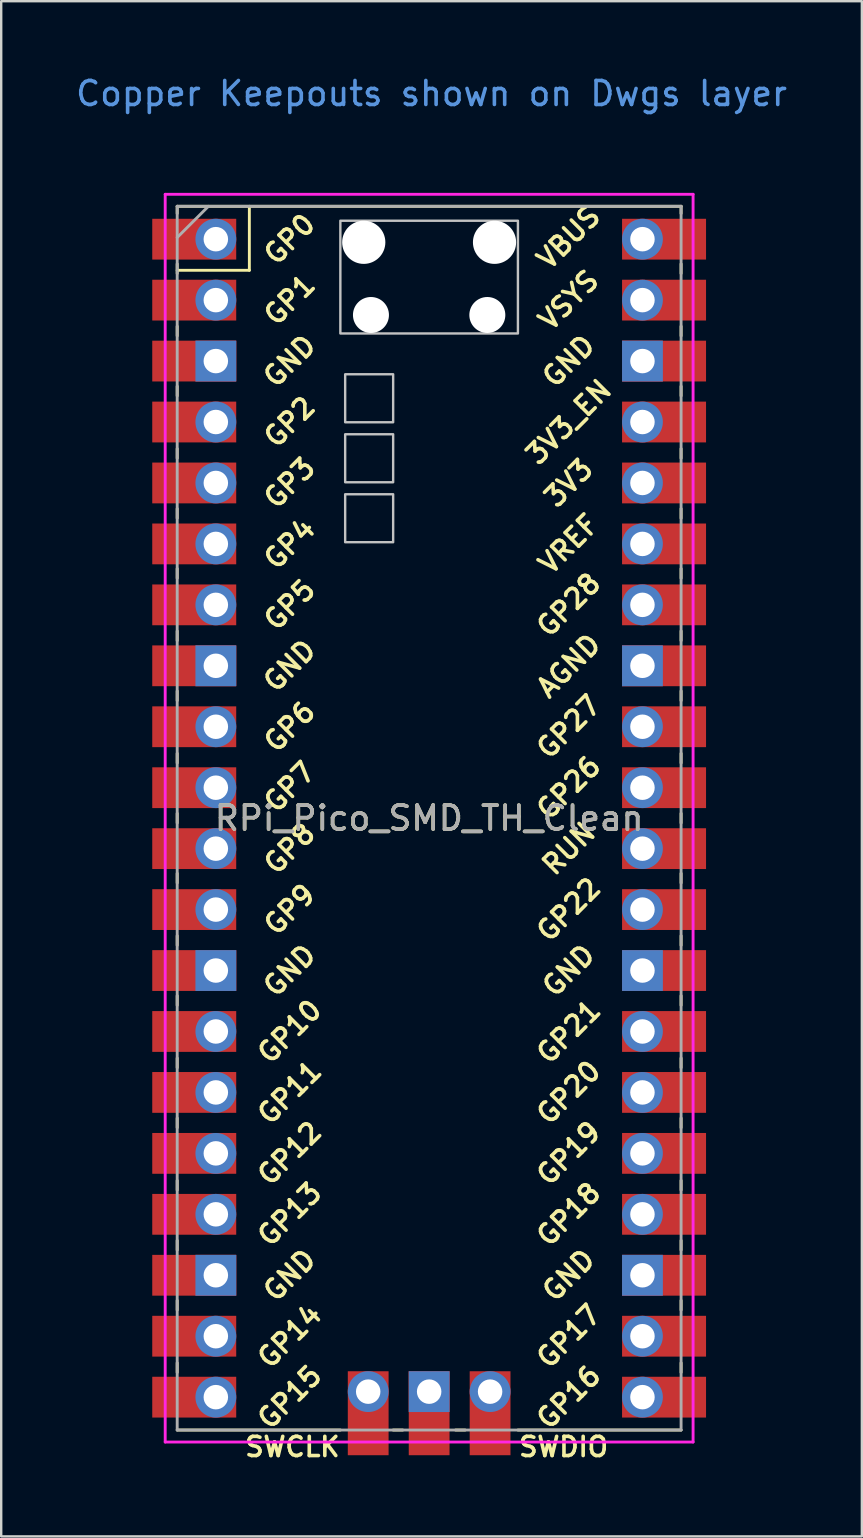
<source format=kicad_pcb>
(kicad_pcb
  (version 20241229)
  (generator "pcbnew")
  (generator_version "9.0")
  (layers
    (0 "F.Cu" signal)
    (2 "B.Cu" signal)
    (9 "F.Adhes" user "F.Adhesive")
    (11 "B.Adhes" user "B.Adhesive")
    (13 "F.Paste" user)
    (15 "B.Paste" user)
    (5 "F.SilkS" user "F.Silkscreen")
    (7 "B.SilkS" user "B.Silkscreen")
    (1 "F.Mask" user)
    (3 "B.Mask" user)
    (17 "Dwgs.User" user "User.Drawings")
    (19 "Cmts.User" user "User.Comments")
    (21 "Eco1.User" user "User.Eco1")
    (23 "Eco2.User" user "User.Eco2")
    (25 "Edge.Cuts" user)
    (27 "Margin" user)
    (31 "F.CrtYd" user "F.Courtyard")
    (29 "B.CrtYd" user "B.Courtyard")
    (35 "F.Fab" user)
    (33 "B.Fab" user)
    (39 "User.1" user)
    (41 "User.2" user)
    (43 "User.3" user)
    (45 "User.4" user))
  (footprint "RPi_Pico_SMD_TH_Clean"
    (layer "F.Cu")
    (at 14.835 31.048)
    (property "Reference" "RPi_Pico_SMD_TH_Clean" (at 0 0 0) (layer "F.SilkS") (effects (font (size 1 1) (thickness 0.15))))
    (attr through_hole)
    (fp_line (start -10.5 -25.5) (end -10.5 -25.2) (stroke (width 0.12) (type solid)) (layer "F.SilkS"))
    (fp_line (start -10.5 -25.5) (end 10.5 -25.5) (stroke (width 0.12) (type solid)) (layer "F.SilkS"))
    (fp_line (start -10.5 -23.1) (end -10.5 -22.7) (stroke (width 0.12) (type solid)) (layer "F.SilkS"))
    (fp_line (start -10.5 -22.833) (end -7.493 -22.833) (stroke (width 0.12) (type solid)) (layer "F.SilkS"))
    (fp_line (start -10.5 -20.5) (end -10.5 -20.1) (stroke (width 0.12) (type solid)) (layer "F.SilkS"))
    (fp_line (start -10.5 -18) (end -10.5 -17.6) (stroke (width 0.12) (type solid)) (layer "F.SilkS"))
    (fp_line (start -10.5 -15.4) (end -10.5 -15) (stroke (width 0.12) (type solid)) (layer "F.SilkS"))
    (fp_line (start -10.5 -12.9) (end -10.5 -12.5) (stroke (width 0.12) (type solid)) (layer "F.SilkS"))
    (fp_line (start -10.5 -10.4) (end -10.5 -10) (stroke (width 0.12) (type solid)) (layer "F.SilkS"))
    (fp_line (start -10.5 -7.8) (end -10.5 -7.4) (stroke (width 0.12) (type solid)) (layer "F.SilkS"))
    (fp_line (start -10.5 -5.3) (end -10.5 -4.9) (stroke (width 0.12) (type solid)) (layer "F.SilkS"))
    (fp_line (start -10.5 -2.7) (end -10.5 -2.3) (stroke (width 0.12) (type solid)) (layer "F.SilkS"))
    (fp_line (start -10.5 -0.2) (end -10.5 0.2) (stroke (width 0.12) (type solid)) (layer "F.SilkS"))
    (fp_line (start -10.5 2.3) (end -10.5 2.7) (stroke (width 0.12) (type solid)) (layer "F.SilkS"))
    (fp_line (start -10.5 4.9) (end -10.5 5.3) (stroke (width 0.12) (type solid)) (layer "F.SilkS"))
    (fp_line (start -10.5 7.4) (end -10.5 7.8) (stroke (width 0.12) (type solid)) (layer "F.SilkS"))
    (fp_line (start -10.5 10) (end -10.5 10.4) (stroke (width 0.12) (type solid)) (layer "F.SilkS"))
    (fp_line (start -10.5 12.5) (end -10.5 12.9) (stroke (width 0.12) (type solid)) (layer "F.SilkS"))
    (fp_line (start -10.5 15.1) (end -10.5 15.5) (stroke (width 0.12) (type solid)) (layer "F.SilkS"))
    (fp_line (start -10.5 17.6) (end -10.5 18) (stroke (width 0.12) (type solid)) (layer "F.SilkS"))
    (fp_line (start -10.5 20.1) (end -10.5 20.5) (stroke (width 0.12) (type solid)) (layer "F.SilkS"))
    (fp_line (start -10.5 22.7) (end -10.5 23.1) (stroke (width 0.12) (type solid)) (layer "F.SilkS"))
    (fp_line (start -7.493 -22.833) (end -7.493 -25.5) (stroke (width 0.12) (type solid)) (layer "F.SilkS"))
    (fp_line (start -3.7 25.5) (end -10.5 25.5) (stroke (width 0.12) (type solid)) (layer "F.SilkS"))
    (fp_line (start -1.5 25.5) (end -1.1 25.5) (stroke (width 0.12) (type solid)) (layer "F.SilkS"))
    (fp_line (start 1.1 25.5) (end 1.5 25.5) (stroke (width 0.12) (type solid)) (layer "F.SilkS"))
    (fp_line (start 10.5 -25.5) (end 10.5 -25.2) (stroke (width 0.12) (type solid)) (layer "F.SilkS"))
    (fp_line (start 10.5 -23.1) (end 10.5 -22.7) (stroke (width 0.12) (type solid)) (layer "F.SilkS"))
    (fp_line (start 10.5 -20.5) (end 10.5 -20.1) (stroke (width 0.12) (type solid)) (layer "F.SilkS"))
    (fp_line (start 10.5 -18) (end 10.5 -17.6) (stroke (width 0.12) (type solid)) (layer "F.SilkS"))
    (fp_line (start 10.5 -15.4) (end 10.5 -15) (stroke (width 0.12) (type solid)) (layer "F.SilkS"))
    (fp_line (start 10.5 -12.9) (end 10.5 -12.5) (stroke (width 0.12) (type solid)) (layer "F.SilkS"))
    (fp_line (start 10.5 -10.4) (end 10.5 -10) (stroke (width 0.12) (type solid)) (layer "F.SilkS"))
    (fp_line (start 10.5 -7.8) (end 10.5 -7.4) (stroke (width 0.12) (type solid)) (layer "F.SilkS"))
    (fp_line (start 10.5 -5.3) (end 10.5 -4.9) (stroke (width 0.12) (type solid)) (layer "F.SilkS"))
    (fp_line (start 10.5 -2.7) (end 10.5 -2.3) (stroke (width 0.12) (type solid)) (layer "F.SilkS"))
    (fp_line (start 10.5 -0.2) (end 10.5 0.2) (stroke (width 0.12) (type solid)) (layer "F.SilkS"))
    (fp_line (start 10.5 2.3) (end 10.5 2.7) (stroke (width 0.12) (type solid)) (layer "F.SilkS"))
    (fp_line (start 10.5 4.9) (end 10.5 5.3) (stroke (width 0.12) (type solid)) (layer "F.SilkS"))
    (fp_line (start 10.5 7.4) (end 10.5 7.8) (stroke (width 0.12) (type solid)) (layer "F.SilkS"))
    (fp_line (start 10.5 10) (end 10.5 10.4) (stroke (width 0.12) (type solid)) (layer "F.SilkS"))
    (fp_line (start 10.5 12.5) (end 10.5 12.9) (stroke (width 0.12) (type solid)) (layer "F.SilkS"))
    (fp_line (start 10.5 15.1) (end 10.5 15.5) (stroke (width 0.12) (type solid)) (layer "F.SilkS"))
    (fp_line (start 10.5 17.6) (end 10.5 18) (stroke (width 0.12) (type solid)) (layer "F.SilkS"))
    (fp_line (start 10.5 20.1) (end 10.5 20.5) (stroke (width 0.12) (type solid)) (layer "F.SilkS"))
    (fp_line (start 10.5 22.7) (end 10.5 23.1) (stroke (width 0.12) (type solid)) (layer "F.SilkS"))
    (fp_line (start 10.5 25.5) (end 3.7 25.5) (stroke (width 0.12) (type solid)) (layer "F.SilkS"))
    (fp_poly (pts (xy -1.5 -16.5) (xy -3.5 -16.5) (xy -3.5 -18.5) (xy -1.5 -18.5)) (stroke (width 0.1) (type solid)) (fill no) (layer "Dwgs.User"))
    (fp_poly (pts (xy -1.5 -14) (xy -3.5 -14) (xy -3.5 -16) (xy -1.5 -16)) (stroke (width 0.1) (type solid)) (fill no) (layer "Dwgs.User"))
    (fp_poly (pts (xy -1.5 -11.5) (xy -3.5 -11.5) (xy -3.5 -13.5) (xy -1.5 -13.5)) (stroke (width 0.1) (type solid)) (fill no) (layer "Dwgs.User"))
    (fp_poly (pts (xy 3.7 -20.2) (xy -3.7 -20.2) (xy -3.7 -24.9) (xy 3.7 -24.9)) (stroke (width 0.1) (type solid)) (fill no) (layer "Dwgs.User"))
    (fp_line (start -11 -26) (end 11 -26) (stroke (width 0.12) (type solid)) (layer "F.CrtYd"))
    (fp_line (start -11 26) (end -11 -26) (stroke (width 0.12) (type solid)) (layer "F.CrtYd"))
    (fp_line (start 11 -26) (end 11 26) (stroke (width 0.12) (type solid)) (layer "F.CrtYd"))
    (fp_line (start 11 26) (end -11 26) (stroke (width 0.12) (type solid)) (layer "F.CrtYd"))
    (fp_line (start -10.5 -25.5) (end 10.5 -25.5) (stroke (width 0.12) (type solid)) (layer "F.Fab"))
    (fp_line (start -10.5 -24.2) (end -9.2 -25.5) (stroke (width 0.12) (type solid)) (layer "F.Fab"))
    (fp_line (start -10.5 25.5) (end -10.5 -25.5) (stroke (width 0.12) (type solid)) (layer "F.Fab"))
    (fp_line (start 10.5 -25.5) (end 10.5 25.5) (stroke (width 0.12) (type solid)) (layer "F.Fab"))
    (fp_line (start 10.5 25.5) (end -10.5 25.5) (stroke (width 0.12) (type solid)) (layer "F.Fab"))
    (fp_text user "GND" (at -5.815 -19.05 45) (layer "F.SilkS") (effects (font (size 0.8 0.8) (thickness 0.15))))
    (fp_text user "GP28" (at 5.815 -8.89 45) (layer "F.SilkS") (effects (font (size 0.8 0.8) (thickness 0.15))))
    (fp_text user "GP9" (at -5.815 3.81 45) (layer "F.SilkS") (effects (font (size 0.8 0.8) (thickness 0.15))))
    (fp_text user "GND" (at -5.815 6.35 45) (layer "F.SilkS") (effects (font (size 0.8 0.8) (thickness 0.15))))
    (fp_text user "GP26" (at 5.815 -1.27 45) (layer "F.SilkS") (effects (font (size 0.8 0.8) (thickness 0.15))))
    (fp_text user "GP8" (at -5.815 1.27 45) (layer "F.SilkS") (effects (font (size 0.8 0.8) (thickness 0.15))))
    (fp_text user "GP27" (at 5.815 -3.81 45) (layer "F.SilkS") (effects (font (size 0.8 0.8) (thickness 0.15))))
    (fp_text user "GND" (at 5.815 -19.05 45) (layer "F.SilkS") (effects (font (size 0.8 0.8) (thickness 0.15))))
    (fp_text user "AGND" (at 5.815 -6.35 45) (layer "F.SilkS") (effects (font (size 0.8 0.8) (thickness 0.15))))
    (fp_text user "VBUS" (at 5.815 -24.2 45) (layer "F.SilkS") (effects (font (size 0.8 0.8) (thickness 0.15))))
    (fp_text user "GP6" (at -5.815 -3.81 45) (layer "F.SilkS") (effects (font (size 0.8 0.8) (thickness 0.15))))
    (fp_text user "GP4" (at -5.815 -11.43 45) (layer "F.SilkS") (effects (font (size 0.8 0.8) (thickness 0.15))))
    (fp_text user "GP17" (at 5.815 21.59 45) (layer "F.SilkS") (effects (font (size 0.8 0.8) (thickness 0.15))))
    (fp_text user "GP13" (at -5.815 16.51 45) (layer "F.SilkS") (effects (font (size 0.8 0.8) (thickness 0.15))))
    (fp_text user "GP3" (at -5.815 -13.97 45) (layer "F.SilkS") (effects (font (size 0.8 0.8) (thickness 0.15))))
    (fp_text user "GP15" (at -5.815 24.13 45) (layer "F.SilkS") (effects (font (size 0.8 0.8) (thickness 0.15))))
    (fp_text user "GP7" (at -5.815 -1.3 45) (layer "F.SilkS") (effects (font (size 0.8 0.8) (thickness 0.15))))
    (fp_text user "GP2" (at -5.815 -16.51 45) (layer "F.SilkS") (effects (font (size 0.8 0.8) (thickness 0.15))))
    (fp_text user "GP0" (at -5.815 -24.13 45) (layer "F.SilkS") (effects (font (size 0.8 0.8) (thickness 0.15))))
    (fp_text user "RUN" (at 5.815 1.27 45) (layer "F.SilkS") (effects (font (size 0.8 0.8) (thickness 0.15))))
    (fp_text user "GND" (at 5.815 6.35 45) (layer "F.SilkS") (effects (font (size 0.8 0.8) (thickness 0.15))))
    (fp_text user "VREF" (at 5.815 -11.43 45) (layer "F.SilkS") (effects (font (size 0.8 0.8) (thickness 0.15))))
    (fp_text user "GP18" (at 5.815 16.51 45) (layer "F.SilkS") (effects (font (size 0.8 0.8) (thickness 0.15))))
    (fp_text user "GP10" (at -5.815 8.89 45) (layer "F.SilkS") (effects (font (size 0.8 0.8) (thickness 0.15))))
    (fp_text user "GP22" (at 5.815 3.81 45) (layer "F.SilkS") (effects (font (size 0.8 0.8) (thickness 0.15))))
    (fp_text user "GP14" (at -5.815 21.59 45) (layer "F.SilkS") (effects (font (size 0.8 0.8) (thickness 0.15))))
    (fp_text user "GND" (at -5.815 -6.35 45) (layer "F.SilkS") (effects (font (size 0.8 0.8) (thickness 0.15))))
    (fp_text user "GND" (at 5.815 19.05 45) (layer "F.SilkS") (effects (font (size 0.8 0.8) (thickness 0.15))))
    (fp_text user "SWDIO" (at 5.6 26.2 0) (layer "F.SilkS") (effects (font (size 0.8 0.8) (thickness 0.15))))
    (fp_text user "GP1" (at -5.815 -21.6 45) (layer "F.SilkS") (effects (font (size 0.8 0.8) (thickness 0.15))))
    (fp_text user "GP19" (at 5.815 13.97 45) (layer "F.SilkS") (effects (font (size 0.8 0.8) (thickness 0.15))))
    (fp_text user "GP20" (at 5.815 11.43 45) (layer "F.SilkS") (effects (font (size 0.8 0.8) (thickness 0.15))))
    (fp_text user "GP12" (at -5.815 13.97 45) (layer "F.SilkS") (effects (font (size 0.8 0.8) (thickness 0.15))))
    (fp_text user "3V3_EN" (at 5.815 -16.51 45) (layer "F.SilkS") (effects (font (size 0.8 0.8) (thickness 0.15))))
    (fp_text user "GND" (at -5.815 19.05 45) (layer "F.SilkS") (effects (font (size 0.8 0.8) (thickness 0.15))))
    (fp_text user "GP16" (at 5.815 24.13 45) (layer "F.SilkS") (effects (font (size 0.8 0.8) (thickness 0.15))))
    (fp_text user "GP5" (at -5.815 -8.89 45) (layer "F.SilkS") (effects (font (size 0.8 0.8) (thickness 0.15))))
    (fp_text user "VSYS" (at 5.815 -21.59 45) (layer "F.SilkS") (effects (font (size 0.8 0.8) (thickness 0.15))))
    (fp_text user "GP21" (at 5.815 8.9 45) (layer "F.SilkS") (effects (font (size 0.8 0.8) (thickness 0.15))))
    (fp_text user "3V3" (at 5.815 -13.97 45) (layer "F.SilkS") (effects (font (size 0.8 0.8) (thickness 0.15))))
    (fp_text user "GP11" (at -5.815 11.43 45) (layer "F.SilkS") (effects (font (size 0.8 0.8) (thickness 0.15))))
    (fp_text user "SWCLK" (at -5.7 26.2 0) (layer "F.SilkS") (effects (font (size 0.8 0.8) (thickness 0.15))))
    (fp_text user "Copper Keepouts shown on Dwgs layer" (at 0.1 -30.2 0) (layer "Cmts.User") (effects (font (size 1 1) (thickness 0.15))))
    (fp_text user "${REFERENCE}" (at 0 0 180) (layer "F.Fab") (effects (font (size 1 1) (thickness 0.15))))
    (pad "" np_thru_hole oval (at -2.725 -24) (size 1.8 1.8) (drill 1.8) (layers "*.Cu" "*.Mask"))
    (pad "" np_thru_hole oval (at -2.425 -20.97) (size 1.5 1.5) (drill 1.5) (layers "*.Cu" "*.Mask"))
    (pad "" np_thru_hole oval (at 2.425 -20.97) (size 1.5 1.5) (drill 1.5) (layers "*.Cu" "*.Mask"))
    (pad "" np_thru_hole oval (at 2.725 -24) (size 1.8 1.8) (drill 1.8) (layers "*.Cu" "*.Mask"))
    (pad "1" thru_hole oval (at -8.89 -24.13) (size 1.7 1.7) (drill 1.02) (layers "*.Cu" "*.Mask"))
    (pad "1" smd rect (at -8.89 -24.13) (size 3.5 1.7) (drill (offset -0.9 0)) (layers "F.Cu" "F.Mask"))
    (pad "2" thru_hole oval (at -8.89 -21.59) (size 1.7 1.7) (drill 1.02) (layers "*.Cu" "*.Mask"))
    (pad "2" smd rect (at -8.89 -21.59) (size 3.5 1.7) (drill (offset -0.9 0)) (layers "F.Cu" "F.Mask"))
    (pad "3" thru_hole rect (at -8.89 -19.05) (size 1.7 1.7) (drill 1.02) (layers "*.Cu" "*.Mask"))
    (pad "3" smd rect (at -8.89 -19.05) (size 3.5 1.7) (drill (offset -0.9 0)) (layers "F.Cu" "F.Mask"))
    (pad "4" thru_hole oval (at -8.89 -16.51) (size 1.7 1.7) (drill 1.02) (layers "*.Cu" "*.Mask"))
    (pad "4" smd rect (at -8.89 -16.51) (size 3.5 1.7) (drill (offset -0.9 0)) (layers "F.Cu" "F.Mask"))
    (pad "5" thru_hole oval (at -8.89 -13.97) (size 1.7 1.7) (drill 1.02) (layers "*.Cu" "*.Mask"))
    (pad "5" smd rect (at -8.89 -13.97) (size 3.5 1.7) (drill (offset -0.9 0)) (layers "F.Cu" "F.Mask"))
    (pad "6" thru_hole oval (at -8.89 -11.43) (size 1.7 1.7) (drill 1.02) (layers "*.Cu" "*.Mask"))
    (pad "6" smd rect (at -8.89 -11.43) (size 3.5 1.7) (drill (offset -0.9 0)) (layers "F.Cu" "F.Mask"))
    (pad "7" thru_hole oval (at -8.89 -8.89) (size 1.7 1.7) (drill 1.02) (layers "*.Cu" "*.Mask"))
    (pad "7" smd rect (at -8.89 -8.89) (size 3.5 1.7) (drill (offset -0.9 0)) (layers "F.Cu" "F.Mask"))
    (pad "8" thru_hole rect (at -8.89 -6.35) (size 1.7 1.7) (drill 1.02) (layers "*.Cu" "*.Mask"))
    (pad "8" smd rect (at -8.89 -6.35) (size 3.5 1.7) (drill (offset -0.9 0)) (layers "F.Cu" "F.Mask"))
    (pad "9" thru_hole oval (at -8.89 -3.81) (size 1.7 1.7) (drill 1.02) (layers "*.Cu" "*.Mask"))
    (pad "9" smd rect (at -8.89 -3.81) (size 3.5 1.7) (drill (offset -0.9 0)) (layers "F.Cu" "F.Mask"))
    (pad "10" thru_hole oval (at -8.89 -1.27) (size 1.7 1.7) (drill 1.02) (layers "*.Cu" "*.Mask"))
    (pad "10" smd rect (at -8.89 -1.27) (size 3.5 1.7) (drill (offset -0.9 0)) (layers "F.Cu" "F.Mask"))
    (pad "11" thru_hole oval (at -8.89 1.27) (size 1.7 1.7) (drill 1.02) (layers "*.Cu" "*.Mask"))
    (pad "11" smd rect (at -8.89 1.27) (size 3.5 1.7) (drill (offset -0.9 0)) (layers "F.Cu" "F.Mask"))
    (pad "12" thru_hole oval (at -8.89 3.81) (size 1.7 1.7) (drill 1.02) (layers "*.Cu" "*.Mask"))
    (pad "12" smd rect (at -8.89 3.81) (size 3.5 1.7) (drill (offset -0.9 0)) (layers "F.Cu" "F.Mask"))
    (pad "13" thru_hole rect (at -8.89 6.35) (size 1.7 1.7) (drill 1.02) (layers "*.Cu" "*.Mask"))
    (pad "13" smd rect (at -8.89 6.35) (size 3.5 1.7) (drill (offset -0.9 0)) (layers "F.Cu" "F.Mask"))
    (pad "14" thru_hole oval (at -8.89 8.89) (size 1.7 1.7) (drill 1.02) (layers "*.Cu" "*.Mask"))
    (pad "14" smd rect (at -8.89 8.89) (size 3.5 1.7) (drill (offset -0.9 0)) (layers "F.Cu" "F.Mask"))
    (pad "15" thru_hole oval (at -8.89 11.43) (size 1.7 1.7) (drill 1.02) (layers "*.Cu" "*.Mask"))
    (pad "15" smd rect (at -8.89 11.43) (size 3.5 1.7) (drill (offset -0.9 0)) (layers "F.Cu" "F.Mask"))
    (pad "16" thru_hole oval (at -8.89 13.97) (size 1.7 1.7) (drill 1.02) (layers "*.Cu" "*.Mask"))
    (pad "16" smd rect (at -8.89 13.97) (size 3.5 1.7) (drill (offset -0.9 0)) (layers "F.Cu" "F.Mask"))
    (pad "17" thru_hole oval (at -8.89 16.51) (size 1.7 1.7) (drill 1.02) (layers "*.Cu" "*.Mask"))
    (pad "17" smd rect (at -8.89 16.51) (size 3.5 1.7) (drill (offset -0.9 0)) (layers "F.Cu" "F.Mask"))
    (pad "18" thru_hole rect (at -8.89 19.05) (size 1.7 1.7) (drill 1.02) (layers "*.Cu" "*.Mask"))
    (pad "18" smd rect (at -8.89 19.05) (size 3.5 1.7) (drill (offset -0.9 0)) (layers "F.Cu" "F.Mask"))
    (pad "19" thru_hole oval (at -8.89 21.59) (size 1.7 1.7) (drill 1.02) (layers "*.Cu" "*.Mask"))
    (pad "19" smd rect (at -8.89 21.59) (size 3.5 1.7) (drill (offset -0.9 0)) (layers "F.Cu" "F.Mask"))
    (pad "20" thru_hole oval (at -8.89 24.13) (size 1.7 1.7) (drill 1.02) (layers "*.Cu" "*.Mask"))
    (pad "20" smd rect (at -8.89 24.13) (size 3.5 1.7) (drill (offset -0.9 0)) (layers "F.Cu" "F.Mask"))
    (pad "21" thru_hole oval (at 8.89 24.13) (size 1.7 1.7) (drill 1.02) (layers "*.Cu" "*.Mask"))
    (pad "21" smd rect (at 8.89 24.13) (size 3.5 1.7) (drill (offset 0.9 0)) (layers "F.Cu" "F.Mask"))
    (pad "22" thru_hole oval (at 8.89 21.59) (size 1.7 1.7) (drill 1.02) (layers "*.Cu" "*.Mask"))
    (pad "22" smd rect (at 8.89 21.59) (size 3.5 1.7) (drill (offset 0.9 0)) (layers "F.Cu" "F.Mask"))
    (pad "23" thru_hole rect (at 8.89 19.05) (size 1.7 1.7) (drill 1.02) (layers "*.Cu" "*.Mask"))
    (pad "23" smd rect (at 8.89 19.05) (size 3.5 1.7) (drill (offset 0.9 0)) (layers "F.Cu" "F.Mask"))
    (pad "24" thru_hole oval (at 8.89 16.51) (size 1.7 1.7) (drill 1.02) (layers "*.Cu" "*.Mask"))
    (pad "24" smd rect (at 8.89 16.51) (size 3.5 1.7) (drill (offset 0.9 0)) (layers "F.Cu" "F.Mask"))
    (pad "25" thru_hole oval (at 8.89 13.97) (size 1.7 1.7) (drill 1.02) (layers "*.Cu" "*.Mask"))
    (pad "25" smd rect (at 8.89 13.97) (size 3.5 1.7) (drill (offset 0.9 0)) (layers "F.Cu" "F.Mask"))
    (pad "26" thru_hole oval (at 8.89 11.43) (size 1.7 1.7) (drill 1.02) (layers "*.Cu" "*.Mask"))
    (pad "26" smd rect (at 8.89 11.43) (size 3.5 1.7) (drill (offset 0.9 0)) (layers "F.Cu" "F.Mask"))
    (pad "27" thru_hole oval (at 8.89 8.89) (size 1.7 1.7) (drill 1.02) (layers "*.Cu" "*.Mask"))
    (pad "27" smd rect (at 8.89 8.89) (size 3.5 1.7) (drill (offset 0.9 0)) (layers "F.Cu" "F.Mask"))
    (pad "28" thru_hole rect (at 8.89 6.35) (size 1.7 1.7) (drill 1.02) (layers "*.Cu" "*.Mask"))
    (pad "28" smd rect (at 8.89 6.35) (size 3.5 1.7) (drill (offset 0.9 0)) (layers "F.Cu" "F.Mask"))
    (pad "29" thru_hole oval (at 8.89 3.81) (size 1.7 1.7) (drill 1.02) (layers "*.Cu" "*.Mask"))
    (pad "29" smd rect (at 8.89 3.81) (size 3.5 1.7) (drill (offset 0.9 0)) (layers "F.Cu" "F.Mask"))
    (pad "30" thru_hole oval (at 8.89 1.27) (size 1.7 1.7) (drill 1.02) (layers "*.Cu" "*.Mask"))
    (pad "30" smd rect (at 8.89 1.27) (size 3.5 1.7) (drill (offset 0.9 0)) (layers "F.Cu" "F.Mask"))
    (pad "31" thru_hole oval (at 8.89 -1.27) (size 1.7 1.7) (drill 1.02) (layers "*.Cu" "*.Mask"))
    (pad "31" smd rect (at 8.89 -1.27) (size 3.5 1.7) (drill (offset 0.9 0)) (layers "F.Cu" "F.Mask"))
    (pad "32" thru_hole oval (at 8.89 -3.81) (size 1.7 1.7) (drill 1.02) (layers "*.Cu" "*.Mask"))
    (pad "32" smd rect (at 8.89 -3.81) (size 3.5 1.7) (drill (offset 0.9 0)) (layers "F.Cu" "F.Mask"))
    (pad "33" thru_hole rect (at 8.89 -6.35) (size 1.7 1.7) (drill 1.02) (layers "*.Cu" "*.Mask"))
    (pad "33" smd rect (at 8.89 -6.35) (size 3.5 1.7) (drill (offset 0.9 0)) (layers "F.Cu" "F.Mask"))
    (pad "34" thru_hole oval (at 8.89 -8.89) (size 1.7 1.7) (drill 1.02) (layers "*.Cu" "*.Mask"))
    (pad "34" smd rect (at 8.89 -8.89) (size 3.5 1.7) (drill (offset 0.9 0)) (layers "F.Cu" "F.Mask"))
    (pad "35" thru_hole oval (at 8.89 -11.43) (size 1.7 1.7) (drill 1.02) (layers "*.Cu" "*.Mask"))
    (pad "35" smd rect (at 8.89 -11.43) (size 3.5 1.7) (drill (offset 0.9 0)) (layers "F.Cu" "F.Mask"))
    (pad "36" thru_hole oval (at 8.89 -13.97) (size 1.7 1.7) (drill 1.02) (layers "*.Cu" "*.Mask"))
    (pad "36" smd rect (at 8.89 -13.97) (size 3.5 1.7) (drill (offset 0.9 0)) (layers "F.Cu" "F.Mask"))
    (pad "37" thru_hole oval (at 8.89 -16.51) (size 1.7 1.7) (drill 1.02) (layers "*.Cu" "*.Mask"))
    (pad "37" smd rect (at 8.89 -16.51) (size 3.5 1.7) (drill (offset 0.9 0)) (layers "F.Cu" "F.Mask"))
    (pad "38" thru_hole rect (at 8.89 -19.05) (size 1.7 1.7) (drill 1.02) (layers "*.Cu" "*.Mask"))
    (pad "38" smd rect (at 8.89 -19.05) (size 3.5 1.7) (drill (offset 0.9 0)) (layers "F.Cu" "F.Mask"))
    (pad "39" thru_hole oval (at 8.89 -21.59) (size 1.7 1.7) (drill 1.02) (layers "*.Cu" "*.Mask"))
    (pad "39" smd rect (at 8.89 -21.59) (size 3.5 1.7) (drill (offset 0.9 0)) (layers "F.Cu" "F.Mask"))
    (pad "40" thru_hole oval (at 8.89 -24.13) (size 1.7 1.7) (drill 1.02) (layers "*.Cu" "*.Mask"))
    (pad "40" smd rect (at 8.89 -24.13) (size 3.5 1.7) (drill (offset 0.9 0)) (layers "F.Cu" "F.Mask"))
    (pad "41" thru_hole oval (at -2.54 23.9) (size 1.7 1.7) (drill 1.02) (layers "*.Cu" "*.Mask"))
    (pad "41" smd rect (at -2.54 23.9 90) (size 3.5 1.7) (drill (offset -0.9 0)) (layers "F.Cu" "F.Mask"))
    (pad "42" thru_hole rect (at 0 23.9) (size 1.7 1.7) (drill 1.02) (layers "*.Cu" "*.Mask"))
    (pad "42" smd rect (at 0 23.9 90) (size 3.5 1.7) (drill (offset -0.9 0)) (layers "F.Cu" "F.Mask"))
    (pad "43" thru_hole oval (at 2.54 23.9) (size 1.7 1.7) (drill 1.02) (layers "*.Cu" "*.Mask"))
    (pad "43" smd rect (at 2.54 23.9 90) (size 3.5 1.7) (drill (offset -0.9 0)) (layers "F.Cu" "F.Mask")))
  (gr_rect
    (start -3 -3)
    (end 32.869 60.98)
    (stroke (width 0.1) (type default))
    (fill no)
    (layer "Edge.Cuts")))
</source>
